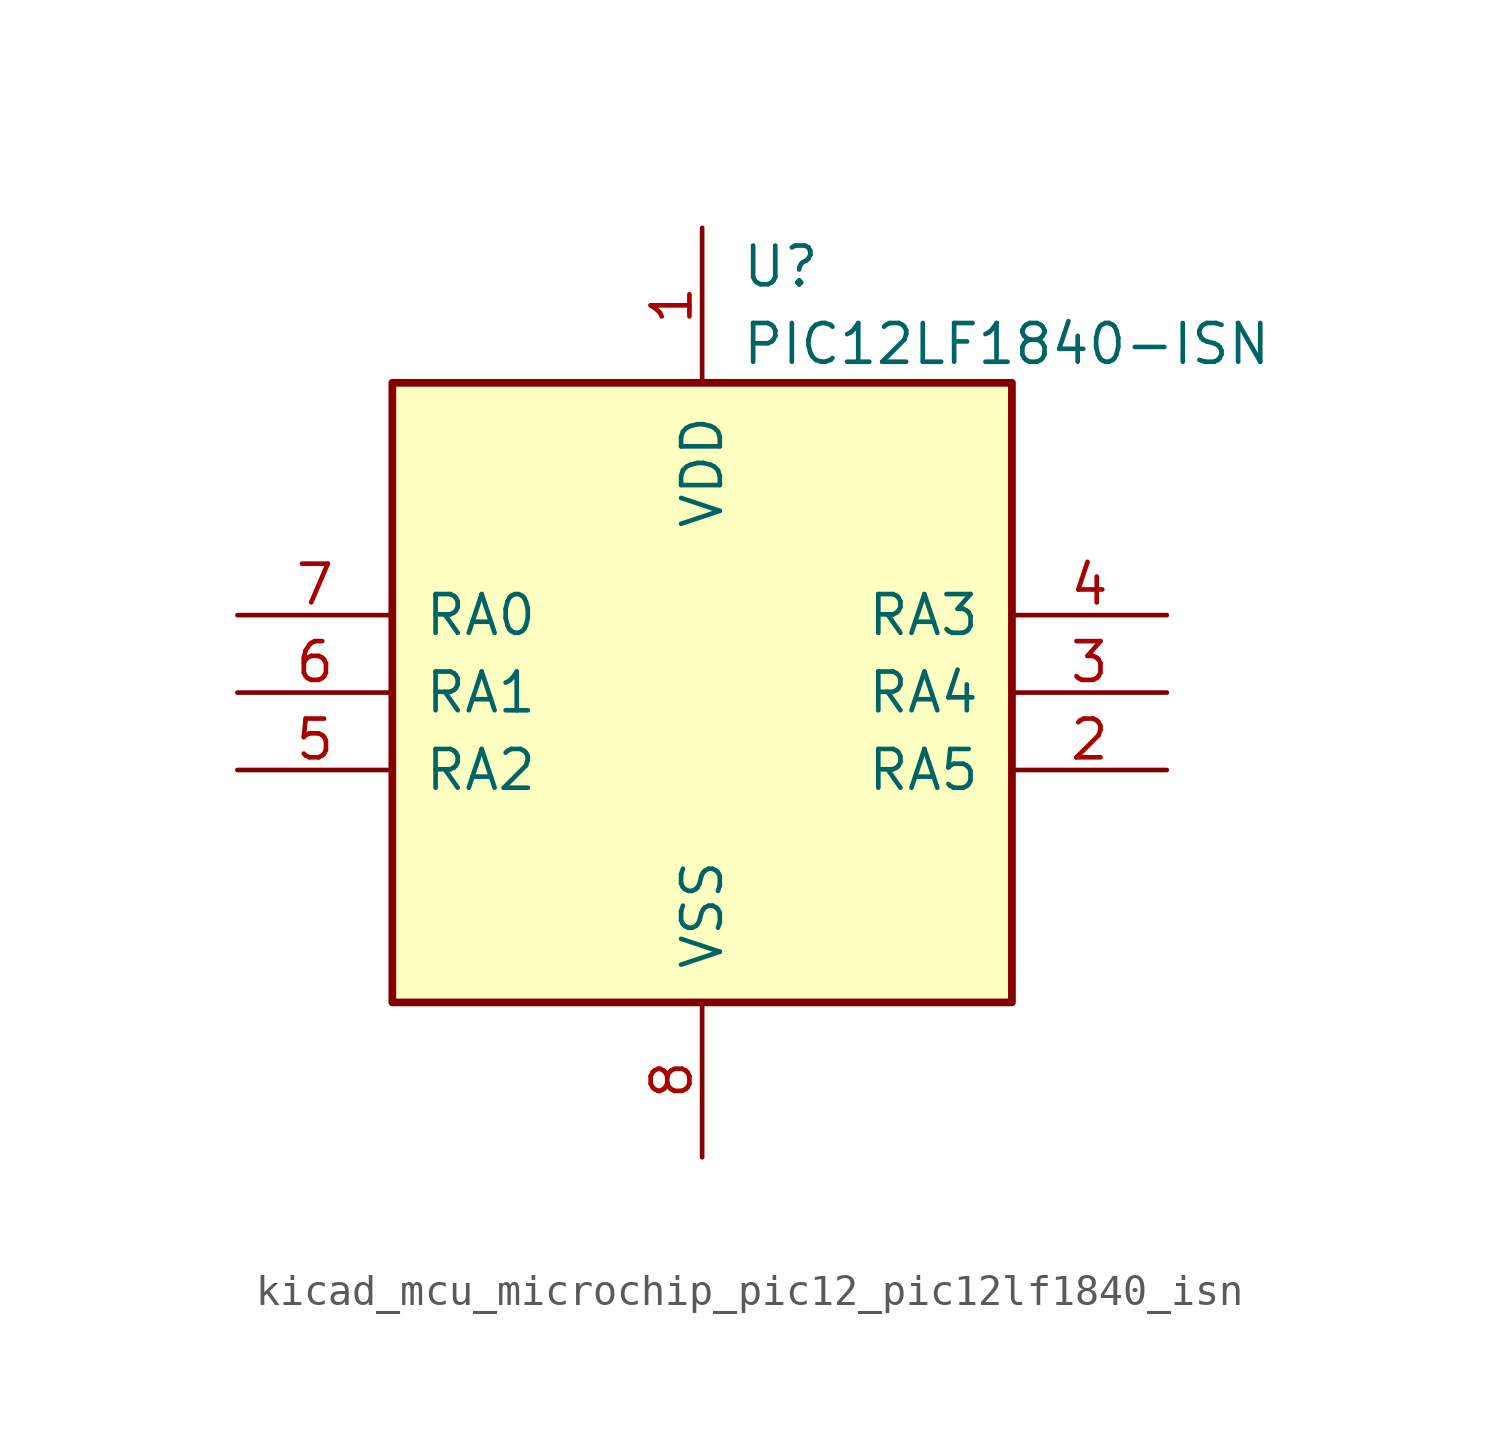
<source format=kicad_sym>
(kicad_symbol_lib
  (version 20220914)
  (generator kicad_symbol_editor)
  (symbol "kicad_mcu_microchip_pic12_pic12lf1840_isn"
    (pin_names
      (offset 1.016))
    (property "Reference" "U"
      (at 1.27 13.97 0)
      (effects (font (size 1.27 1.27)) (justify left)))
    (property "Value" "PIC12LF1840-ISN"
      (at 1.27 11.43 0)
      (effects (font (size 1.27 1.27)) (justify left)))
    (symbol "kicad_mcu_microchip_pic12_pic12lf1840_isn_0_1"
      (rectangle (start 10.16 -10.16) (end -10.16 10.16) (stroke (width 0.254) (type default)) (fill (type background))))
    (symbol "kicad_mcu_microchip_pic12_pic12lf1840_isn_1_1"
      (pin power_in line (at 0 15.24 270) (length 5.08) (name "VDD" (effects (font (size 1.27 1.27)))) (number "1" (effects (font (size 1.27 1.27)))))
      (pin bidirectional line (at 15.24 -2.54 180) (length 5.08) (name "RA5" (effects (font (size 1.27 1.27)))) (number "2" (effects (font (size 1.27 1.27)))))
      (pin bidirectional line (at 15.24 0 180) (length 5.08) (name "RA4" (effects (font (size 1.27 1.27)))) (number "3" (effects (font (size 1.27 1.27)))))
      (pin input line (at 15.24 2.54 180) (length 5.08) (name "RA3" (effects (font (size 1.27 1.27)))) (number "4" (effects (font (size 1.27 1.27)))))
      (pin bidirectional line (at -15.24 -2.54 0) (length 5.08) (name "RA2" (effects (font (size 1.27 1.27)))) (number "5" (effects (font (size 1.27 1.27)))))
      (pin bidirectional line (at -15.24 0 0) (length 5.08) (name "RA1" (effects (font (size 1.27 1.27)))) (number "6" (effects (font (size 1.27 1.27)))))
      (pin bidirectional line (at -15.24 2.54 0) (length 5.08) (name "RA0" (effects (font (size 1.27 1.27)))) (number "7" (effects (font (size 1.27 1.27)))))
      (pin power_in line (at 0 -15.24 90) (length 5.08) (name "VSS" (effects (font (size 1.27 1.27)))) (number "8" (effects (font (size 1.27 1.27))))))))
</source>
